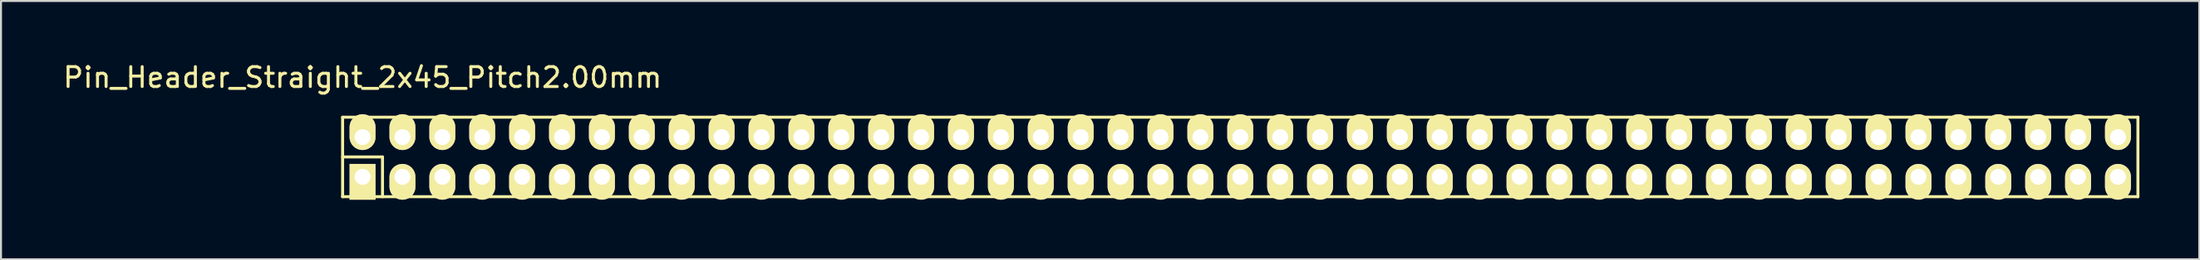
<source format=kicad_pcb>
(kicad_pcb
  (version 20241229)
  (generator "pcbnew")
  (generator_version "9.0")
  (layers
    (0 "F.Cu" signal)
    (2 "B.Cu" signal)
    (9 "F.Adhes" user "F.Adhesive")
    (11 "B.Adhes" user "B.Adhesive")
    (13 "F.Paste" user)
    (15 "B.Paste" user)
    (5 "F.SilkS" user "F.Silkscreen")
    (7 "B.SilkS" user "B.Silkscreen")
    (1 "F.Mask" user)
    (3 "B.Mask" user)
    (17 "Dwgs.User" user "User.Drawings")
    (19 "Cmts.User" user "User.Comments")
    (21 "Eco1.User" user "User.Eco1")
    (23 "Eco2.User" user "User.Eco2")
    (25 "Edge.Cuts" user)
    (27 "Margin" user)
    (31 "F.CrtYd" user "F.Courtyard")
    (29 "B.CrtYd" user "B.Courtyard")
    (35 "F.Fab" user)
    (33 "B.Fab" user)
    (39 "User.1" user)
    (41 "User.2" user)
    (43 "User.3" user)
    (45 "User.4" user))
  (footprint "Pin_Header_Straight_2x45_Pitch2.00mm"
    (layer "F.Cu")
    (at 15.125 5.848)
    (property "Reference" "Pin_Header_Straight_2x45_Pitch2.00mm" (at 0 -5 0) (layer "F.SilkS") (effects (font (size 1 1) (thickness 0.15))))
    (attr through_hole)
    (fp_line (start -1 -3) (end 89 -3) (stroke (width 0.15) (type solid)) (layer "F.SilkS"))
    (fp_line (start -1 -1) (end 1 -1) (stroke (width 0.15) (type solid)) (layer "F.SilkS"))
    (fp_line (start -1 1) (end -1 -3) (stroke (width 0.15) (type solid)) (layer "F.SilkS"))
    (fp_line (start 1 -1) (end 1 1) (stroke (width 0.15) (type solid)) (layer "F.SilkS"))
    (fp_line (start 89 -3) (end 89 1) (stroke (width 0.15) (type solid)) (layer "F.SilkS"))
    (fp_line (start 89 1) (end -1 1) (stroke (width 0.15) (type solid)) (layer "F.SilkS"))
    (pad "1" thru_hole rect (at 0 0) (size 1.3 1.8) (drill 0.8 (offset 0 0.25)) (layers "*.Cu" "*.Mask" "F.SilkS"))
    (pad "2" thru_hole oval (at 0 -2) (size 1.3 1.8) (drill 0.8 (offset 0 -0.25)) (layers "*.Cu" "*.Mask" "F.SilkS"))
    (pad "3" thru_hole oval (at 2 0) (size 1.3 1.8) (drill 0.8 (offset 0 0.25)) (layers "*.Cu" "*.Mask" "F.SilkS"))
    (pad "4" thru_hole oval (at 2 -2) (size 1.3 1.8) (drill 0.8 (offset 0 -0.25)) (layers "*.Cu" "*.Mask" "F.SilkS"))
    (pad "5" thru_hole oval (at 4 0) (size 1.3 1.8) (drill 0.8 (offset 0 0.25)) (layers "*.Cu" "*.Mask" "F.SilkS"))
    (pad "6" thru_hole oval (at 4 -2) (size 1.3 1.8) (drill 0.8 (offset 0 -0.25)) (layers "*.Cu" "*.Mask" "F.SilkS"))
    (pad "7" thru_hole oval (at 6 0) (size 1.3 1.8) (drill 0.8 (offset 0 0.25)) (layers "*.Cu" "*.Mask" "F.SilkS"))
    (pad "8" thru_hole oval (at 6 -2) (size 1.3 1.8) (drill 0.8 (offset 0 -0.25)) (layers "*.Cu" "*.Mask" "F.SilkS"))
    (pad "9" thru_hole oval (at 8 0) (size 1.3 1.8) (drill 0.8 (offset 0 0.25)) (layers "*.Cu" "*.Mask" "F.SilkS"))
    (pad "10" thru_hole oval (at 8 -2) (size 1.3 1.8) (drill 0.8 (offset 0 -0.25)) (layers "*.Cu" "*.Mask" "F.SilkS"))
    (pad "11" thru_hole oval (at 10 0) (size 1.3 1.8) (drill 0.8 (offset 0 0.25)) (layers "*.Cu" "*.Mask" "F.SilkS"))
    (pad "12" thru_hole oval (at 10 -2) (size 1.3 1.8) (drill 0.8 (offset 0 -0.25)) (layers "*.Cu" "*.Mask" "F.SilkS"))
    (pad "13" thru_hole oval (at 12 0) (size 1.3 1.8) (drill 0.8 (offset 0 0.25)) (layers "*.Cu" "*.Mask" "F.SilkS"))
    (pad "14" thru_hole oval (at 12 -2) (size 1.3 1.8) (drill 0.8 (offset 0 -0.25)) (layers "*.Cu" "*.Mask" "F.SilkS"))
    (pad "15" thru_hole oval (at 14 0) (size 1.3 1.8) (drill 0.8 (offset 0 0.25)) (layers "*.Cu" "*.Mask" "F.SilkS"))
    (pad "16" thru_hole oval (at 14 -2) (size 1.3 1.8) (drill 0.8 (offset 0 -0.25)) (layers "*.Cu" "*.Mask" "F.SilkS"))
    (pad "17" thru_hole oval (at 16 0) (size 1.3 1.8) (drill 0.8 (offset 0 0.25)) (layers "*.Cu" "*.Mask" "F.SilkS"))
    (pad "18" thru_hole oval (at 16 -2) (size 1.3 1.8) (drill 0.8 (offset 0 -0.25)) (layers "*.Cu" "*.Mask" "F.SilkS"))
    (pad "19" thru_hole oval (at 18 0) (size 1.3 1.8) (drill 0.8 (offset 0 0.25)) (layers "*.Cu" "*.Mask" "F.SilkS"))
    (pad "20" thru_hole oval (at 18 -2) (size 1.3 1.8) (drill 0.8 (offset 0 -0.25)) (layers "*.Cu" "*.Mask" "F.SilkS"))
    (pad "21" thru_hole oval (at 20 0) (size 1.3 1.8) (drill 0.8 (offset 0 0.25)) (layers "*.Cu" "*.Mask" "F.SilkS"))
    (pad "22" thru_hole oval (at 20 -2) (size 1.3 1.8) (drill 0.8 (offset 0 -0.25)) (layers "*.Cu" "*.Mask" "F.SilkS"))
    (pad "23" thru_hole oval (at 22 0) (size 1.3 1.8) (drill 0.8 (offset 0 0.25)) (layers "*.Cu" "*.Mask" "F.SilkS"))
    (pad "24" thru_hole oval (at 22 -2) (size 1.3 1.8) (drill 0.8 (offset 0 -0.25)) (layers "*.Cu" "*.Mask" "F.SilkS"))
    (pad "25" thru_hole oval (at 24 0) (size 1.3 1.8) (drill 0.8 (offset 0 0.25)) (layers "*.Cu" "*.Mask" "F.SilkS"))
    (pad "26" thru_hole oval (at 24 -2) (size 1.3 1.8) (drill 0.8 (offset 0 -0.25)) (layers "*.Cu" "*.Mask" "F.SilkS"))
    (pad "27" thru_hole oval (at 26 0) (size 1.3 1.8) (drill 0.8 (offset 0 0.25)) (layers "*.Cu" "*.Mask" "F.SilkS"))
    (pad "28" thru_hole oval (at 26 -2) (size 1.3 1.8) (drill 0.8 (offset 0 -0.25)) (layers "*.Cu" "*.Mask" "F.SilkS"))
    (pad "29" thru_hole oval (at 28 0) (size 1.3 1.8) (drill 0.8 (offset 0 0.25)) (layers "*.Cu" "*.Mask" "F.SilkS"))
    (pad "30" thru_hole oval (at 28 -2) (size 1.3 1.8) (drill 0.8 (offset 0 -0.25)) (layers "*.Cu" "*.Mask" "F.SilkS"))
    (pad "31" thru_hole oval (at 30 0) (size 1.3 1.8) (drill 0.8 (offset 0 0.25)) (layers "*.Cu" "*.Mask" "F.SilkS"))
    (pad "32" thru_hole oval (at 30 -2) (size 1.3 1.8) (drill 0.8 (offset 0 -0.25)) (layers "*.Cu" "*.Mask" "F.SilkS"))
    (pad "33" thru_hole oval (at 32 0) (size 1.3 1.8) (drill 0.8 (offset 0 0.25)) (layers "*.Cu" "*.Mask" "F.SilkS"))
    (pad "34" thru_hole oval (at 32 -2) (size 1.3 1.8) (drill 0.8 (offset 0 -0.25)) (layers "*.Cu" "*.Mask" "F.SilkS"))
    (pad "35" thru_hole oval (at 34 0) (size 1.3 1.8) (drill 0.8 (offset 0 0.25)) (layers "*.Cu" "*.Mask" "F.SilkS"))
    (pad "36" thru_hole oval (at 34 -2) (size 1.3 1.8) (drill 0.8 (offset 0 -0.25)) (layers "*.Cu" "*.Mask" "F.SilkS"))
    (pad "37" thru_hole oval (at 36 0) (size 1.3 1.8) (drill 0.8 (offset 0 0.25)) (layers "*.Cu" "*.Mask" "F.SilkS"))
    (pad "38" thru_hole oval (at 36 -2) (size 1.3 1.8) (drill 0.8 (offset 0 -0.25)) (layers "*.Cu" "*.Mask" "F.SilkS"))
    (pad "39" thru_hole oval (at 38 0) (size 1.3 1.8) (drill 0.8 (offset 0 0.25)) (layers "*.Cu" "*.Mask" "F.SilkS"))
    (pad "40" thru_hole oval (at 38 -2) (size 1.3 1.8) (drill 0.8 (offset 0 -0.25)) (layers "*.Cu" "*.Mask" "F.SilkS"))
    (pad "41" thru_hole oval (at 40 0) (size 1.3 1.8) (drill 0.8 (offset 0 0.25)) (layers "*.Cu" "*.Mask" "F.SilkS"))
    (pad "42" thru_hole oval (at 40 -2) (size 1.3 1.8) (drill 0.8 (offset 0 -0.25)) (layers "*.Cu" "*.Mask" "F.SilkS"))
    (pad "43" thru_hole oval (at 42 0) (size 1.3 1.8) (drill 0.8 (offset 0 0.25)) (layers "*.Cu" "*.Mask" "F.SilkS"))
    (pad "44" thru_hole oval (at 42 -2) (size 1.3 1.8) (drill 0.8 (offset 0 -0.25)) (layers "*.Cu" "*.Mask" "F.SilkS"))
    (pad "45" thru_hole oval (at 44 0) (size 1.3 1.8) (drill 0.8 (offset 0 0.25)) (layers "*.Cu" "*.Mask" "F.SilkS"))
    (pad "46" thru_hole oval (at 44 -2) (size 1.3 1.8) (drill 0.8 (offset 0 -0.25)) (layers "*.Cu" "*.Mask" "F.SilkS"))
    (pad "47" thru_hole oval (at 46 0) (size 1.3 1.8) (drill 0.8 (offset 0 0.25)) (layers "*.Cu" "*.Mask" "F.SilkS"))
    (pad "48" thru_hole oval (at 46 -2) (size 1.3 1.8) (drill 0.8 (offset 0 -0.25)) (layers "*.Cu" "*.Mask" "F.SilkS"))
    (pad "49" thru_hole oval (at 48 0) (size 1.3 1.8) (drill 0.8 (offset 0 0.25)) (layers "*.Cu" "*.Mask" "F.SilkS"))
    (pad "50" thru_hole oval (at 48 -2) (size 1.3 1.8) (drill 0.8 (offset 0 -0.25)) (layers "*.Cu" "*.Mask" "F.SilkS"))
    (pad "51" thru_hole oval (at 50 0) (size 1.3 1.8) (drill 0.8 (offset 0 0.25)) (layers "*.Cu" "*.Mask" "F.SilkS"))
    (pad "52" thru_hole oval (at 50 -2) (size 1.3 1.8) (drill 0.8 (offset 0 -0.25)) (layers "*.Cu" "*.Mask" "F.SilkS"))
    (pad "53" thru_hole oval (at 52 0) (size 1.3 1.8) (drill 0.8 (offset 0 0.25)) (layers "*.Cu" "*.Mask" "F.SilkS"))
    (pad "54" thru_hole oval (at 52 -2) (size 1.3 1.8) (drill 0.8 (offset 0 -0.25)) (layers "*.Cu" "*.Mask" "F.SilkS"))
    (pad "55" thru_hole oval (at 54 0) (size 1.3 1.8) (drill 0.8 (offset 0 0.25)) (layers "*.Cu" "*.Mask" "F.SilkS"))
    (pad "56" thru_hole oval (at 54 -2) (size 1.3 1.8) (drill 0.8 (offset 0 -0.25)) (layers "*.Cu" "*.Mask" "F.SilkS"))
    (pad "57" thru_hole oval (at 56 0) (size 1.3 1.8) (drill 0.8 (offset 0 0.25)) (layers "*.Cu" "*.Mask" "F.SilkS"))
    (pad "58" thru_hole oval (at 56 -2) (size 1.3 1.8) (drill 0.8 (offset 0 -0.25)) (layers "*.Cu" "*.Mask" "F.SilkS"))
    (pad "59" thru_hole oval (at 58 0) (size 1.3 1.8) (drill 0.8 (offset 0 0.25)) (layers "*.Cu" "*.Mask" "F.SilkS"))
    (pad "60" thru_hole oval (at 58 -2) (size 1.3 1.8) (drill 0.8 (offset 0 -0.25)) (layers "*.Cu" "*.Mask" "F.SilkS"))
    (pad "61" thru_hole oval (at 60 0) (size 1.3 1.8) (drill 0.8 (offset 0 0.25)) (layers "*.Cu" "*.Mask" "F.SilkS"))
    (pad "62" thru_hole oval (at 60 -2) (size 1.3 1.8) (drill 0.8 (offset 0 -0.25)) (layers "*.Cu" "*.Mask" "F.SilkS"))
    (pad "63" thru_hole oval (at 62 0) (size 1.3 1.8) (drill 0.8 (offset 0 0.25)) (layers "*.Cu" "*.Mask" "F.SilkS"))
    (pad "64" thru_hole oval (at 62 -2) (size 1.3 1.8) (drill 0.8 (offset 0 -0.25)) (layers "*.Cu" "*.Mask" "F.SilkS"))
    (pad "65" thru_hole oval (at 64 0) (size 1.3 1.8) (drill 0.8 (offset 0 0.25)) (layers "*.Cu" "*.Mask" "F.SilkS"))
    (pad "66" thru_hole oval (at 64 -2) (size 1.3 1.8) (drill 0.8 (offset 0 -0.25)) (layers "*.Cu" "*.Mask" "F.SilkS"))
    (pad "67" thru_hole oval (at 66 0) (size 1.3 1.8) (drill 0.8 (offset 0 0.25)) (layers "*.Cu" "*.Mask" "F.SilkS"))
    (pad "68" thru_hole oval (at 66 -2) (size 1.3 1.8) (drill 0.8 (offset 0 -0.25)) (layers "*.Cu" "*.Mask" "F.SilkS"))
    (pad "69" thru_hole oval (at 68 0) (size 1.3 1.8) (drill 0.8 (offset 0 0.25)) (layers "*.Cu" "*.Mask" "F.SilkS"))
    (pad "70" thru_hole oval (at 68 -2) (size 1.3 1.8) (drill 0.8 (offset 0 -0.25)) (layers "*.Cu" "*.Mask" "F.SilkS"))
    (pad "71" thru_hole oval (at 70 0) (size 1.3 1.8) (drill 0.8 (offset 0 0.25)) (layers "*.Cu" "*.Mask" "F.SilkS"))
    (pad "72" thru_hole oval (at 70 -2) (size 1.3 1.8) (drill 0.8 (offset 0 -0.25)) (layers "*.Cu" "*.Mask" "F.SilkS"))
    (pad "73" thru_hole oval (at 72 0) (size 1.3 1.8) (drill 0.8 (offset 0 0.25)) (layers "*.Cu" "*.Mask" "F.SilkS"))
    (pad "74" thru_hole oval (at 72 -2) (size 1.3 1.8) (drill 0.8 (offset 0 -0.25)) (layers "*.Cu" "*.Mask" "F.SilkS"))
    (pad "75" thru_hole oval (at 74 0) (size 1.3 1.8) (drill 0.8 (offset 0 0.25)) (layers "*.Cu" "*.Mask" "F.SilkS"))
    (pad "76" thru_hole oval (at 74 -2) (size 1.3 1.8) (drill 0.8 (offset 0 -0.25)) (layers "*.Cu" "*.Mask" "F.SilkS"))
    (pad "77" thru_hole oval (at 76 0) (size 1.3 1.8) (drill 0.8 (offset 0 0.25)) (layers "*.Cu" "*.Mask" "F.SilkS"))
    (pad "78" thru_hole oval (at 76 -2) (size 1.3 1.8) (drill 0.8 (offset 0 -0.25)) (layers "*.Cu" "*.Mask" "F.SilkS"))
    (pad "79" thru_hole oval (at 78 0) (size 1.3 1.8) (drill 0.8 (offset 0 0.25)) (layers "*.Cu" "*.Mask" "F.SilkS"))
    (pad "80" thru_hole oval (at 78 -2) (size 1.3 1.8) (drill 0.8 (offset 0 -0.25)) (layers "*.Cu" "*.Mask" "F.SilkS"))
    (pad "81" thru_hole oval (at 80 0) (size 1.3 1.8) (drill 0.8 (offset 0 0.25)) (layers "*.Cu" "*.Mask" "F.SilkS"))
    (pad "82" thru_hole oval (at 80 -2) (size 1.3 1.8) (drill 0.8 (offset 0 -0.25)) (layers "*.Cu" "*.Mask" "F.SilkS"))
    (pad "83" thru_hole oval (at 82 0) (size 1.3 1.8) (drill 0.8 (offset 0 0.25)) (layers "*.Cu" "*.Mask" "F.SilkS"))
    (pad "84" thru_hole oval (at 82 -2) (size 1.3 1.8) (drill 0.8 (offset 0 -0.25)) (layers "*.Cu" "*.Mask" "F.SilkS"))
    (pad "85" thru_hole oval (at 84 0) (size 1.3 1.8) (drill 0.8 (offset 0 0.25)) (layers "*.Cu" "*.Mask" "F.SilkS"))
    (pad "86" thru_hole oval (at 84 -2) (size 1.3 1.8) (drill 0.8 (offset 0 -0.25)) (layers "*.Cu" "*.Mask" "F.SilkS"))
    (pad "87" thru_hole oval (at 86 0) (size 1.3 1.8) (drill 0.8 (offset 0 0.25)) (layers "*.Cu" "*.Mask" "F.SilkS"))
    (pad "88" thru_hole oval (at 86 -2) (size 1.3 1.8) (drill 0.8 (offset 0 -0.25)) (layers "*.Cu" "*.Mask" "F.SilkS"))
    (pad "89" thru_hole oval (at 88 0) (size 1.3 1.8) (drill 0.8 (offset 0 0.25)) (layers "*.Cu" "*.Mask" "F.SilkS"))
    (pad "90" thru_hole oval (at 88 -2) (size 1.3 1.8) (drill 0.8 (offset 0 -0.25)) (layers "*.Cu" "*.Mask" "F.SilkS")))
  (gr_rect
    (start -3 -3)
    (end 107.2 9.998)
    (stroke (width 0.1) (type default))
    (fill no)
    (layer "Edge.Cuts")))
</source>
